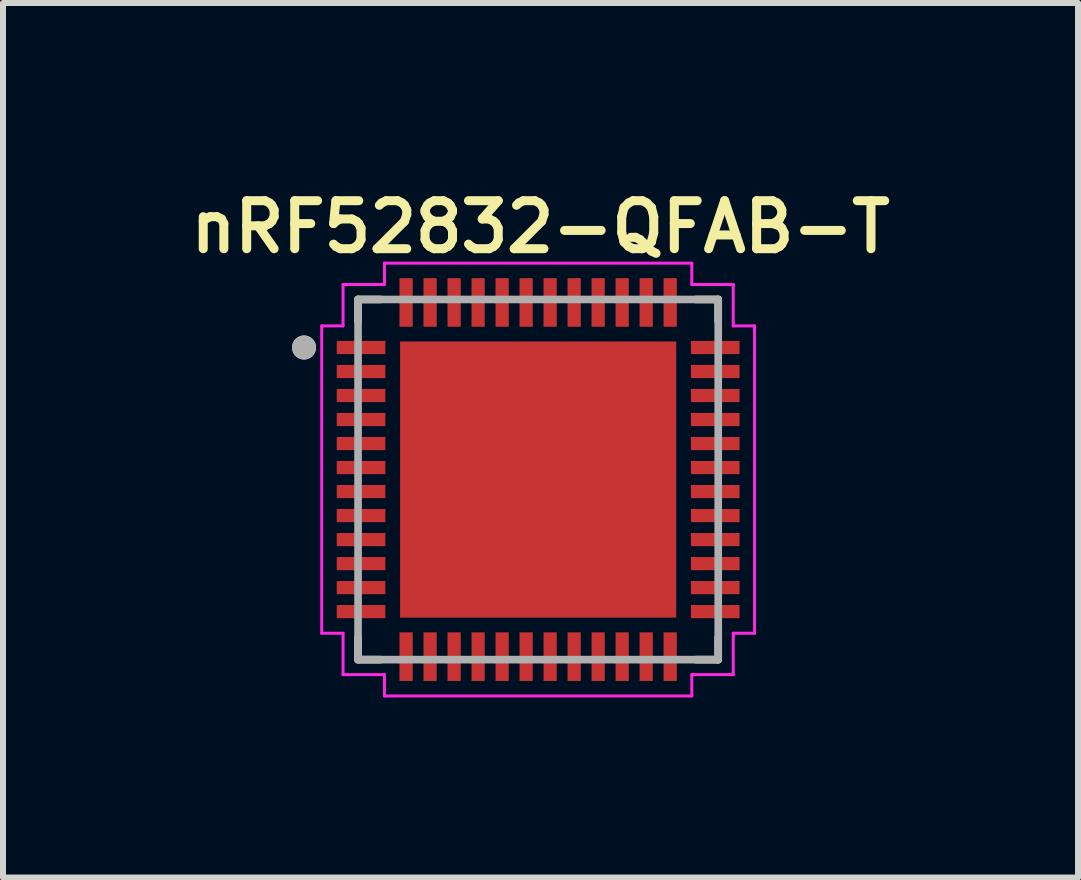
<source format=kicad_pcb>
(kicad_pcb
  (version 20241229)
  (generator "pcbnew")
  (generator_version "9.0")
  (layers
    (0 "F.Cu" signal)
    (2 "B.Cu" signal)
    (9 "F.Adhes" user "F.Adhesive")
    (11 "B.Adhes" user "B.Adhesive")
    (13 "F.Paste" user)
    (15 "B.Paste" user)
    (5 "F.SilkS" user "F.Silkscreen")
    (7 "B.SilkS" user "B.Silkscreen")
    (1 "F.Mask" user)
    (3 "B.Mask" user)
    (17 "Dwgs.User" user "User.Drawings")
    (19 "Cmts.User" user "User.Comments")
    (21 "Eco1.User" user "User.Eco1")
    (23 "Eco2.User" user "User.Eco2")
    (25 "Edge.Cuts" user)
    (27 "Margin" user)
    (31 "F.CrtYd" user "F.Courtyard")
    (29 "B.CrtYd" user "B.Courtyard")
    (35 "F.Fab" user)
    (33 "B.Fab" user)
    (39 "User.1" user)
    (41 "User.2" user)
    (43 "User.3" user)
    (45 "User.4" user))
  (footprint "nRF52832-QFAB-T"
    (layer "F.Cu")
    (at 5.915 4.939)
    (property "Reference" "nRF52832-QFAB-T" (at 0.04 -4.208 0) (layer "F.SilkS") (effects (font (size 0.8 0.8) (thickness 0.15))))
    (attr through_hole)
    (fp_line (start -3 -3) (end -3 -2.63) (stroke (width 0.127) (type solid)) (layer "F.SilkS"))
    (fp_line (start -3 2.63) (end -3 3) (stroke (width 0.127) (type solid)) (layer "F.SilkS"))
    (fp_line (start -3 3) (end -2.63 3) (stroke (width 0.127) (type solid)) (layer "F.SilkS"))
    (fp_line (start -2.63 -3) (end -3 -3) (stroke (width 0.127) (type solid)) (layer "F.SilkS"))
    (fp_line (start 2.63 3) (end 3 3) (stroke (width 0.127) (type solid)) (layer "F.SilkS"))
    (fp_line (start 3 -3) (end 2.63 -3) (stroke (width 0.127) (type solid)) (layer "F.SilkS"))
    (fp_line (start 3 -2.63) (end 3 -3) (stroke (width 0.127) (type solid)) (layer "F.SilkS"))
    (fp_line (start 3 3) (end 3 2.63) (stroke (width 0.127) (type solid)) (layer "F.SilkS"))
    (fp_circle (center -3.9 -2.2) (end -3.8 -2.2) (stroke (width 0.2) (type solid)) (fill no) (layer "F.SilkS"))
    (fp_poly (pts (xy -1.965 -1.965) (xy -0.335 -1.965) (xy -0.335 -0.335) (xy -1.965 -0.335)) (stroke (width 0.01) (type solid)) (fill yes) (layer "F.Paste"))
    (fp_poly (pts (xy -1.965 0.335) (xy -0.335 0.335) (xy -0.335 1.965) (xy -1.965 1.965)) (stroke (width 0.01) (type solid)) (fill yes) (layer "F.Paste"))
    (fp_poly (pts (xy 0.335 -1.965) (xy 1.965 -1.965) (xy 1.965 -0.335) (xy 0.335 -0.335)) (stroke (width 0.01) (type solid)) (fill yes) (layer "F.Paste"))
    (fp_poly (pts (xy 0.335 0.335) (xy 1.965 0.335) (xy 1.965 1.965) (xy 0.335 1.965)) (stroke (width 0.01) (type solid)) (fill yes) (layer "F.Paste"))
    (fp_line (start -3.605 -2.56) (end -3.25 -2.56) (stroke (width 0.05) (type solid)) (layer "F.CrtYd"))
    (fp_line (start -3.605 2.56) (end -3.605 -2.56) (stroke (width 0.05) (type solid)) (layer "F.CrtYd"))
    (fp_line (start -3.25 -3.25) (end -2.56 -3.25) (stroke (width 0.05) (type solid)) (layer "F.CrtYd"))
    (fp_line (start -3.25 -2.56) (end -3.25 -3.25) (stroke (width 0.05) (type solid)) (layer "F.CrtYd"))
    (fp_line (start -3.25 2.56) (end -3.605 2.56) (stroke (width 0.05) (type solid)) (layer "F.CrtYd"))
    (fp_line (start -3.25 3.25) (end -3.25 2.56) (stroke (width 0.05) (type solid)) (layer "F.CrtYd"))
    (fp_line (start -2.56 -3.605) (end 2.56 -3.605) (stroke (width 0.05) (type solid)) (layer "F.CrtYd"))
    (fp_line (start -2.56 -3.25) (end -2.56 -3.605) (stroke (width 0.05) (type solid)) (layer "F.CrtYd"))
    (fp_line (start -2.56 3.25) (end -3.25 3.25) (stroke (width 0.05) (type solid)) (layer "F.CrtYd"))
    (fp_line (start -2.56 3.605) (end -2.56 3.25) (stroke (width 0.05) (type solid)) (layer "F.CrtYd"))
    (fp_line (start 2.56 -3.605) (end 2.56 -3.25) (stroke (width 0.05) (type solid)) (layer "F.CrtYd"))
    (fp_line (start 2.56 -3.25) (end 3.25 -3.25) (stroke (width 0.05) (type solid)) (layer "F.CrtYd"))
    (fp_line (start 2.56 3.25) (end 2.56 3.605) (stroke (width 0.05) (type solid)) (layer "F.CrtYd"))
    (fp_line (start 2.56 3.605) (end -2.56 3.605) (stroke (width 0.05) (type solid)) (layer "F.CrtYd"))
    (fp_line (start 3.25 -3.25) (end 3.25 -2.56) (stroke (width 0.05) (type solid)) (layer "F.CrtYd"))
    (fp_line (start 3.25 -2.56) (end 3.605 -2.56) (stroke (width 0.05) (type solid)) (layer "F.CrtYd"))
    (fp_line (start 3.25 2.56) (end 3.25 3.25) (stroke (width 0.05) (type solid)) (layer "F.CrtYd"))
    (fp_line (start 3.25 3.25) (end 2.56 3.25) (stroke (width 0.05) (type solid)) (layer "F.CrtYd"))
    (fp_line (start 3.605 -2.56) (end 3.605 2.56) (stroke (width 0.05) (type solid)) (layer "F.CrtYd"))
    (fp_line (start 3.605 2.56) (end 3.25 2.56) (stroke (width 0.05) (type solid)) (layer "F.CrtYd"))
    (fp_line (start -3 -3) (end -3 3) (stroke (width 0.127) (type solid)) (layer "F.Fab"))
    (fp_line (start -3 3) (end 3 3) (stroke (width 0.127) (type solid)) (layer "F.Fab"))
    (fp_line (start 3 -3) (end -3 -3) (stroke (width 0.127) (type solid)) (layer "F.Fab"))
    (fp_line (start 3 3) (end 3 -3) (stroke (width 0.127) (type solid)) (layer "F.Fab"))
    (fp_circle (center -3.9 -2.2) (end -3.8 -2.2) (stroke (width 0.2) (type solid)) (fill no) (layer "F.Fab"))
    (pad "1" smd rect (at -2.95 -2.2) (size 0.81 0.22) (layers "F.Cu" "F.Mask" "F.Paste"))
    (pad "2" smd rect (at -2.95 -1.8) (size 0.81 0.22) (layers "F.Cu" "F.Mask" "F.Paste"))
    (pad "3" smd rect (at -2.95 -1.4) (size 0.81 0.22) (layers "F.Cu" "F.Mask" "F.Paste"))
    (pad "4" smd rect (at -2.95 -1) (size 0.81 0.22) (layers "F.Cu" "F.Mask" "F.Paste"))
    (pad "5" smd rect (at -2.95 -0.6) (size 0.81 0.22) (layers "F.Cu" "F.Mask" "F.Paste"))
    (pad "6" smd rect (at -2.95 -0.2) (size 0.81 0.22) (layers "F.Cu" "F.Mask" "F.Paste"))
    (pad "7" smd rect (at -2.95 0.2) (size 0.81 0.22) (layers "F.Cu" "F.Mask" "F.Paste"))
    (pad "8" smd rect (at -2.95 0.6) (size 0.81 0.22) (layers "F.Cu" "F.Mask" "F.Paste"))
    (pad "9" smd rect (at -2.95 1) (size 0.81 0.22) (layers "F.Cu" "F.Mask" "F.Paste"))
    (pad "10" smd rect (at -2.95 1.4) (size 0.81 0.22) (layers "F.Cu" "F.Mask" "F.Paste"))
    (pad "11" smd rect (at -2.95 1.8) (size 0.81 0.22) (layers "F.Cu" "F.Mask" "F.Paste"))
    (pad "12" smd rect (at -2.95 2.2) (size 0.81 0.22) (layers "F.Cu" "F.Mask" "F.Paste"))
    (pad "13" smd rect (at -2.2 2.95) (size 0.22 0.81) (layers "F.Cu" "F.Mask" "F.Paste"))
    (pad "14" smd rect (at -1.8 2.95) (size 0.22 0.81) (layers "F.Cu" "F.Mask" "F.Paste"))
    (pad "15" smd rect (at -1.4 2.95) (size 0.22 0.81) (layers "F.Cu" "F.Mask" "F.Paste"))
    (pad "16" smd rect (at -1 2.95) (size 0.22 0.81) (layers "F.Cu" "F.Mask" "F.Paste"))
    (pad "17" smd rect (at -0.6 2.95) (size 0.22 0.81) (layers "F.Cu" "F.Mask" "F.Paste"))
    (pad "18" smd rect (at -0.2 2.95) (size 0.22 0.81) (layers "F.Cu" "F.Mask" "F.Paste"))
    (pad "19" smd rect (at 0.2 2.95) (size 0.22 0.81) (layers "F.Cu" "F.Mask" "F.Paste"))
    (pad "20" smd rect (at 0.6 2.95) (size 0.22 0.81) (layers "F.Cu" "F.Mask" "F.Paste"))
    (pad "21" smd rect (at 1 2.95) (size 0.22 0.81) (layers "F.Cu" "F.Mask" "F.Paste"))
    (pad "22" smd rect (at 1.4 2.95) (size 0.22 0.81) (layers "F.Cu" "F.Mask" "F.Paste"))
    (pad "23" smd rect (at 1.8 2.95) (size 0.22 0.81) (layers "F.Cu" "F.Mask" "F.Paste"))
    (pad "24" smd rect (at 2.2 2.95) (size 0.22 0.81) (layers "F.Cu" "F.Mask" "F.Paste"))
    (pad "25" smd rect (at 2.95 2.2) (size 0.81 0.22) (layers "F.Cu" "F.Mask" "F.Paste"))
    (pad "26" smd rect (at 2.95 1.8) (size 0.81 0.22) (layers "F.Cu" "F.Mask" "F.Paste"))
    (pad "27" smd rect (at 2.95 1.4) (size 0.81 0.22) (layers "F.Cu" "F.Mask" "F.Paste"))
    (pad "28" smd rect (at 2.95 1) (size 0.81 0.22) (layers "F.Cu" "F.Mask" "F.Paste"))
    (pad "29" smd rect (at 2.95 0.6) (size 0.81 0.22) (layers "F.Cu" "F.Mask" "F.Paste"))
    (pad "30" smd rect (at 2.95 0.2) (size 0.81 0.22) (layers "F.Cu" "F.Mask" "F.Paste"))
    (pad "31" smd rect (at 2.95 -0.2) (size 0.81 0.22) (layers "F.Cu" "F.Mask" "F.Paste"))
    (pad "32" smd rect (at 2.95 -0.6) (size 0.81 0.22) (layers "F.Cu" "F.Mask" "F.Paste"))
    (pad "33" smd rect (at 2.95 -1) (size 0.81 0.22) (layers "F.Cu" "F.Mask" "F.Paste"))
    (pad "34" smd rect (at 2.95 -1.4) (size 0.81 0.22) (layers "F.Cu" "F.Mask" "F.Paste"))
    (pad "35" smd rect (at 2.95 -1.8) (size 0.81 0.22) (layers "F.Cu" "F.Mask" "F.Paste"))
    (pad "36" smd rect (at 2.95 -2.2) (size 0.81 0.22) (layers "F.Cu" "F.Mask" "F.Paste"))
    (pad "37" smd rect (at 2.2 -2.95) (size 0.22 0.81) (layers "F.Cu" "F.Mask" "F.Paste"))
    (pad "38" smd rect (at 1.8 -2.95) (size 0.22 0.81) (layers "F.Cu" "F.Mask" "F.Paste"))
    (pad "39" smd rect (at 1.4 -2.95) (size 0.22 0.81) (layers "F.Cu" "F.Mask" "F.Paste"))
    (pad "40" smd rect (at 1 -2.95) (size 0.22 0.81) (layers "F.Cu" "F.Mask" "F.Paste"))
    (pad "41" smd rect (at 0.6 -2.95) (size 0.22 0.81) (layers "F.Cu" "F.Mask" "F.Paste"))
    (pad "42" smd rect (at 0.2 -2.95) (size 0.22 0.81) (layers "F.Cu" "F.Mask" "F.Paste"))
    (pad "43" smd rect (at -0.2 -2.95) (size 0.22 0.81) (layers "F.Cu" "F.Mask" "F.Paste"))
    (pad "44" smd rect (at -0.6 -2.95) (size 0.22 0.81) (layers "F.Cu" "F.Mask" "F.Paste"))
    (pad "45" smd rect (at -1 -2.95) (size 0.22 0.81) (layers "F.Cu" "F.Mask" "F.Paste"))
    (pad "46" smd rect (at -1.4 -2.95) (size 0.22 0.81) (layers "F.Cu" "F.Mask" "F.Paste"))
    (pad "47" smd rect (at -1.8 -2.95) (size 0.22 0.81) (layers "F.Cu" "F.Mask" "F.Paste"))
    (pad "48" smd rect (at -2.2 -2.95) (size 0.22 0.81) (layers "F.Cu" "F.Mask" "F.Paste"))
    (pad "49" smd rect (at 0 0) (size 4.6 4.6) (layers "F.Cu" "F.Mask")))
  (gr_rect
    (start -3 -3)
    (end 14.909 11.569)
    (stroke (width 0.1) (type default))
    (fill no)
    (layer "Edge.Cuts")))
</source>
